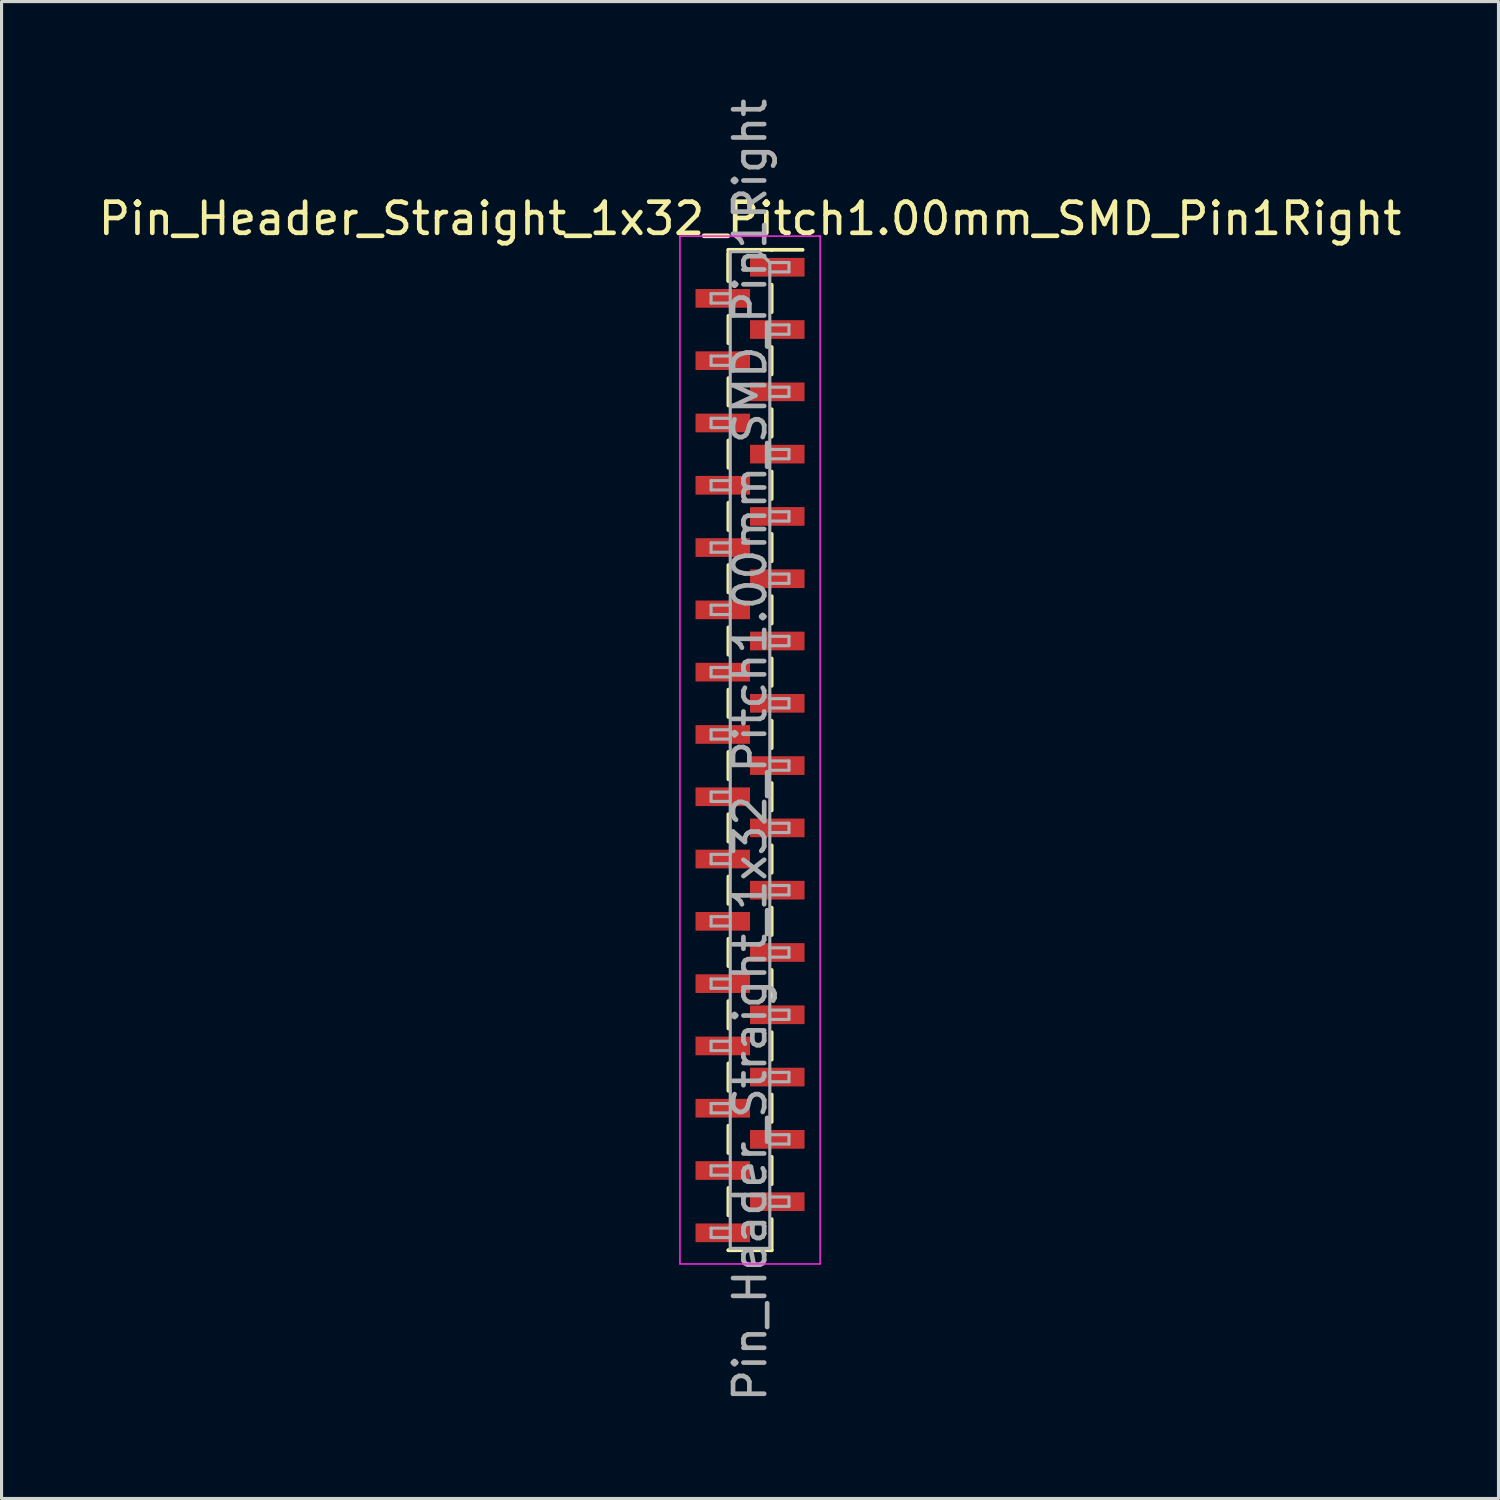
<source format=kicad_pcb>
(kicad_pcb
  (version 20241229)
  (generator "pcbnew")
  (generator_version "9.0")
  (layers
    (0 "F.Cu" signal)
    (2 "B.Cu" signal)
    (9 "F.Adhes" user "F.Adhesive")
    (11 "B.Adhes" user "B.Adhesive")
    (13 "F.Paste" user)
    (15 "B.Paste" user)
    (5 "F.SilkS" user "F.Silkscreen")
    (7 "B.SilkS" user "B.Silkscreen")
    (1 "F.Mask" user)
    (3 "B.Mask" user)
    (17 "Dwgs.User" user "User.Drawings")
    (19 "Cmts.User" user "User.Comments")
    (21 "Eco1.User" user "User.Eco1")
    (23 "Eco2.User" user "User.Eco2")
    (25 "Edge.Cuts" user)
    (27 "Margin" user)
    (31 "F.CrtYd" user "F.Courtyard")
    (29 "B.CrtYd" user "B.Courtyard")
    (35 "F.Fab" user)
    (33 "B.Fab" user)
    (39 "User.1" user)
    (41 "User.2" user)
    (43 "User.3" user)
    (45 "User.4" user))
  (footprint "Pin_Header_Straight_1x32_Pitch1.00mm_SMD_Pin1Right"
    (layer "F.Cu")
    (at 21.03 21.03)
    (property "Reference" "Pin_Header_Straight_1x32_Pitch1.00mm_SMD_Pin1Right" (at 0 -17.06 0) (layer "F.SilkS") (effects (font (size 1 1) (thickness 0.15))))
    (attr smd)
    (fp_line (start -0.695 -16.06) (end -0.695 -15.06) (stroke (width 0.12) (type solid)) (layer "F.SilkS"))
    (fp_line (start -0.695 -16.06) (end 0.695 -16.06) (stroke (width 0.12) (type solid)) (layer "F.SilkS"))
    (fp_line (start -0.695 -15.94) (end -0.695 -15.06) (stroke (width 0.12) (type solid)) (layer "F.SilkS"))
    (fp_line (start -0.695 -13.94) (end -0.695 -13.06) (stroke (width 0.12) (type solid)) (layer "F.SilkS"))
    (fp_line (start -0.695 -11.94) (end -0.695 -11.06) (stroke (width 0.12) (type solid)) (layer "F.SilkS"))
    (fp_line (start -0.695 -9.94) (end -0.695 -9.06) (stroke (width 0.12) (type solid)) (layer "F.SilkS"))
    (fp_line (start -0.695 -7.94) (end -0.695 -7.06) (stroke (width 0.12) (type solid)) (layer "F.SilkS"))
    (fp_line (start -0.695 -5.94) (end -0.695 -5.06) (stroke (width 0.12) (type solid)) (layer "F.SilkS"))
    (fp_line (start -0.695 -3.94) (end -0.695 -3.06) (stroke (width 0.12) (type solid)) (layer "F.SilkS"))
    (fp_line (start -0.695 -1.94) (end -0.695 -1.06) (stroke (width 0.12) (type solid)) (layer "F.SilkS"))
    (fp_line (start -0.695 0.06) (end -0.695 0.94) (stroke (width 0.12) (type solid)) (layer "F.SilkS"))
    (fp_line (start -0.695 2.06) (end -0.695 2.94) (stroke (width 0.12) (type solid)) (layer "F.SilkS"))
    (fp_line (start -0.695 4.06) (end -0.695 4.94) (stroke (width 0.12) (type solid)) (layer "F.SilkS"))
    (fp_line (start -0.695 6.06) (end -0.695 6.94) (stroke (width 0.12) (type solid)) (layer "F.SilkS"))
    (fp_line (start -0.695 8.06) (end -0.695 8.94) (stroke (width 0.12) (type solid)) (layer "F.SilkS"))
    (fp_line (start -0.695 10.06) (end -0.695 10.94) (stroke (width 0.12) (type solid)) (layer "F.SilkS"))
    (fp_line (start -0.695 12.06) (end -0.695 12.94) (stroke (width 0.12) (type solid)) (layer "F.SilkS"))
    (fp_line (start -0.695 14.06) (end -0.695 14.94) (stroke (width 0.12) (type solid)) (layer "F.SilkS"))
    (fp_line (start -0.695 16.06) (end -0.695 16.06) (stroke (width 0.12) (type solid)) (layer "F.SilkS"))
    (fp_line (start -0.695 16.06) (end 0.695 16.06) (stroke (width 0.12) (type solid)) (layer "F.SilkS"))
    (fp_line (start 0.695 -16.06) (end 0.695 -16.06) (stroke (width 0.12) (type solid)) (layer "F.SilkS"))
    (fp_line (start 0.695 -16.06) (end 1.69 -16.06) (stroke (width 0.12) (type solid)) (layer "F.SilkS"))
    (fp_line (start 0.695 -14.94) (end 0.695 -14.06) (stroke (width 0.12) (type solid)) (layer "F.SilkS"))
    (fp_line (start 0.695 -12.94) (end 0.695 -12.06) (stroke (width 0.12) (type solid)) (layer "F.SilkS"))
    (fp_line (start 0.695 -10.94) (end 0.695 -10.06) (stroke (width 0.12) (type solid)) (layer "F.SilkS"))
    (fp_line (start 0.695 -8.94) (end 0.695 -8.06) (stroke (width 0.12) (type solid)) (layer "F.SilkS"))
    (fp_line (start 0.695 -6.94) (end 0.695 -6.06) (stroke (width 0.12) (type solid)) (layer "F.SilkS"))
    (fp_line (start 0.695 -4.94) (end 0.695 -4.06) (stroke (width 0.12) (type solid)) (layer "F.SilkS"))
    (fp_line (start 0.695 -2.94) (end 0.695 -2.06) (stroke (width 0.12) (type solid)) (layer "F.SilkS"))
    (fp_line (start 0.695 -0.94) (end 0.695 -0.06) (stroke (width 0.12) (type solid)) (layer "F.SilkS"))
    (fp_line (start 0.695 1.06) (end 0.695 1.94) (stroke (width 0.12) (type solid)) (layer "F.SilkS"))
    (fp_line (start 0.695 3.06) (end 0.695 3.94) (stroke (width 0.12) (type solid)) (layer "F.SilkS"))
    (fp_line (start 0.695 5.06) (end 0.695 5.94) (stroke (width 0.12) (type solid)) (layer "F.SilkS"))
    (fp_line (start 0.695 7.06) (end 0.695 7.94) (stroke (width 0.12) (type solid)) (layer "F.SilkS"))
    (fp_line (start 0.695 9.06) (end 0.695 9.94) (stroke (width 0.12) (type solid)) (layer "F.SilkS"))
    (fp_line (start 0.695 11.06) (end 0.695 11.94) (stroke (width 0.12) (type solid)) (layer "F.SilkS"))
    (fp_line (start 0.695 13.06) (end 0.695 13.94) (stroke (width 0.12) (type solid)) (layer "F.SilkS"))
    (fp_line (start 0.695 15.06) (end 0.695 16.06) (stroke (width 0.12) (type solid)) (layer "F.SilkS"))
    (fp_line (start -2.25 -16.5) (end -2.25 16.5) (stroke (width 0.05) (type solid)) (layer "F.CrtYd"))
    (fp_line (start -2.25 16.5) (end 2.25 16.5) (stroke (width 0.05) (type solid)) (layer "F.CrtYd"))
    (fp_line (start 2.25 -16.5) (end -2.25 -16.5) (stroke (width 0.05) (type solid)) (layer "F.CrtYd"))
    (fp_line (start 2.25 16.5) (end 2.25 -16.5) (stroke (width 0.05) (type solid)) (layer "F.CrtYd"))
    (fp_line (start -1.25 -14.65) (end -1.25 -14.35) (stroke (width 0.1) (type solid)) (layer "F.Fab"))
    (fp_line (start -1.25 -14.35) (end -0.635 -14.35) (stroke (width 0.1) (type solid)) (layer "F.Fab"))
    (fp_line (start -1.25 -12.65) (end -1.25 -12.35) (stroke (width 0.1) (type solid)) (layer "F.Fab"))
    (fp_line (start -1.25 -12.35) (end -0.635 -12.35) (stroke (width 0.1) (type solid)) (layer "F.Fab"))
    (fp_line (start -1.25 -10.65) (end -1.25 -10.35) (stroke (width 0.1) (type solid)) (layer "F.Fab"))
    (fp_line (start -1.25 -10.35) (end -0.635 -10.35) (stroke (width 0.1) (type solid)) (layer "F.Fab"))
    (fp_line (start -1.25 -8.65) (end -1.25 -8.35) (stroke (width 0.1) (type solid)) (layer "F.Fab"))
    (fp_line (start -1.25 -8.35) (end -0.635 -8.35) (stroke (width 0.1) (type solid)) (layer "F.Fab"))
    (fp_line (start -1.25 -6.65) (end -1.25 -6.35) (stroke (width 0.1) (type solid)) (layer "F.Fab"))
    (fp_line (start -1.25 -6.35) (end -0.635 -6.35) (stroke (width 0.1) (type solid)) (layer "F.Fab"))
    (fp_line (start -1.25 -4.65) (end -1.25 -4.35) (stroke (width 0.1) (type solid)) (layer "F.Fab"))
    (fp_line (start -1.25 -4.35) (end -0.635 -4.35) (stroke (width 0.1) (type solid)) (layer "F.Fab"))
    (fp_line (start -1.25 -2.65) (end -1.25 -2.35) (stroke (width 0.1) (type solid)) (layer "F.Fab"))
    (fp_line (start -1.25 -2.35) (end -0.635 -2.35) (stroke (width 0.1) (type solid)) (layer "F.Fab"))
    (fp_line (start -1.25 -0.65) (end -1.25 -0.35) (stroke (width 0.1) (type solid)) (layer "F.Fab"))
    (fp_line (start -1.25 -0.35) (end -0.635 -0.35) (stroke (width 0.1) (type solid)) (layer "F.Fab"))
    (fp_line (start -1.25 1.35) (end -1.25 1.65) (stroke (width 0.1) (type solid)) (layer "F.Fab"))
    (fp_line (start -1.25 1.65) (end -0.635 1.65) (stroke (width 0.1) (type solid)) (layer "F.Fab"))
    (fp_line (start -1.25 3.35) (end -1.25 3.65) (stroke (width 0.1) (type solid)) (layer "F.Fab"))
    (fp_line (start -1.25 3.65) (end -0.635 3.65) (stroke (width 0.1) (type solid)) (layer "F.Fab"))
    (fp_line (start -1.25 5.35) (end -1.25 5.65) (stroke (width 0.1) (type solid)) (layer "F.Fab"))
    (fp_line (start -1.25 5.65) (end -0.635 5.65) (stroke (width 0.1) (type solid)) (layer "F.Fab"))
    (fp_line (start -1.25 7.35) (end -1.25 7.65) (stroke (width 0.1) (type solid)) (layer "F.Fab"))
    (fp_line (start -1.25 7.65) (end -0.635 7.65) (stroke (width 0.1) (type solid)) (layer "F.Fab"))
    (fp_line (start -1.25 9.35) (end -1.25 9.65) (stroke (width 0.1) (type solid)) (layer "F.Fab"))
    (fp_line (start -1.25 9.65) (end -0.635 9.65) (stroke (width 0.1) (type solid)) (layer "F.Fab"))
    (fp_line (start -1.25 11.35) (end -1.25 11.65) (stroke (width 0.1) (type solid)) (layer "F.Fab"))
    (fp_line (start -1.25 11.65) (end -0.635 11.65) (stroke (width 0.1) (type solid)) (layer "F.Fab"))
    (fp_line (start -1.25 13.35) (end -1.25 13.65) (stroke (width 0.1) (type solid)) (layer "F.Fab"))
    (fp_line (start -1.25 13.65) (end -0.635 13.65) (stroke (width 0.1) (type solid)) (layer "F.Fab"))
    (fp_line (start -1.25 15.35) (end -1.25 15.65) (stroke (width 0.1) (type solid)) (layer "F.Fab"))
    (fp_line (start -1.25 15.65) (end -0.635 15.65) (stroke (width 0.1) (type solid)) (layer "F.Fab"))
    (fp_line (start -0.635 -16) (end -0.635 16) (stroke (width 0.1) (type solid)) (layer "F.Fab"))
    (fp_line (start -0.635 -16) (end 0.285 -16) (stroke (width 0.1) (type solid)) (layer "F.Fab"))
    (fp_line (start -0.635 -14.65) (end -1.25 -14.65) (stroke (width 0.1) (type solid)) (layer "F.Fab"))
    (fp_line (start -0.635 -12.65) (end -1.25 -12.65) (stroke (width 0.1) (type solid)) (layer "F.Fab"))
    (fp_line (start -0.635 -10.65) (end -1.25 -10.65) (stroke (width 0.1) (type solid)) (layer "F.Fab"))
    (fp_line (start -0.635 -8.65) (end -1.25 -8.65) (stroke (width 0.1) (type solid)) (layer "F.Fab"))
    (fp_line (start -0.635 -6.65) (end -1.25 -6.65) (stroke (width 0.1) (type solid)) (layer "F.Fab"))
    (fp_line (start -0.635 -4.65) (end -1.25 -4.65) (stroke (width 0.1) (type solid)) (layer "F.Fab"))
    (fp_line (start -0.635 -2.65) (end -1.25 -2.65) (stroke (width 0.1) (type solid)) (layer "F.Fab"))
    (fp_line (start -0.635 -0.65) (end -1.25 -0.65) (stroke (width 0.1) (type solid)) (layer "F.Fab"))
    (fp_line (start -0.635 1.35) (end -1.25 1.35) (stroke (width 0.1) (type solid)) (layer "F.Fab"))
    (fp_line (start -0.635 3.35) (end -1.25 3.35) (stroke (width 0.1) (type solid)) (layer "F.Fab"))
    (fp_line (start -0.635 5.35) (end -1.25 5.35) (stroke (width 0.1) (type solid)) (layer "F.Fab"))
    (fp_line (start -0.635 7.35) (end -1.25 7.35) (stroke (width 0.1) (type solid)) (layer "F.Fab"))
    (fp_line (start -0.635 9.35) (end -1.25 9.35) (stroke (width 0.1) (type solid)) (layer "F.Fab"))
    (fp_line (start -0.635 11.35) (end -1.25 11.35) (stroke (width 0.1) (type solid)) (layer "F.Fab"))
    (fp_line (start -0.635 13.35) (end -1.25 13.35) (stroke (width 0.1) (type solid)) (layer "F.Fab"))
    (fp_line (start -0.635 15.35) (end -1.25 15.35) (stroke (width 0.1) (type solid)) (layer "F.Fab"))
    (fp_line (start 0.635 -15.65) (end 0.285 -16) (stroke (width 0.1) (type solid)) (layer "F.Fab"))
    (fp_line (start 0.635 -15.65) (end 1.25 -15.65) (stroke (width 0.1) (type solid)) (layer "F.Fab"))
    (fp_line (start 0.635 -13.65) (end 1.25 -13.65) (stroke (width 0.1) (type solid)) (layer "F.Fab"))
    (fp_line (start 0.635 -11.65) (end 1.25 -11.65) (stroke (width 0.1) (type solid)) (layer "F.Fab"))
    (fp_line (start 0.635 -9.65) (end 1.25 -9.65) (stroke (width 0.1) (type solid)) (layer "F.Fab"))
    (fp_line (start 0.635 -7.65) (end 1.25 -7.65) (stroke (width 0.1) (type solid)) (layer "F.Fab"))
    (fp_line (start 0.635 -5.65) (end 1.25 -5.65) (stroke (width 0.1) (type solid)) (layer "F.Fab"))
    (fp_line (start 0.635 -3.65) (end 1.25 -3.65) (stroke (width 0.1) (type solid)) (layer "F.Fab"))
    (fp_line (start 0.635 -1.65) (end 1.25 -1.65) (stroke (width 0.1) (type solid)) (layer "F.Fab"))
    (fp_line (start 0.635 0.35) (end 1.25 0.35) (stroke (width 0.1) (type solid)) (layer "F.Fab"))
    (fp_line (start 0.635 2.35) (end 1.25 2.35) (stroke (width 0.1) (type solid)) (layer "F.Fab"))
    (fp_line (start 0.635 4.35) (end 1.25 4.35) (stroke (width 0.1) (type solid)) (layer "F.Fab"))
    (fp_line (start 0.635 6.35) (end 1.25 6.35) (stroke (width 0.1) (type solid)) (layer "F.Fab"))
    (fp_line (start 0.635 8.35) (end 1.25 8.35) (stroke (width 0.1) (type solid)) (layer "F.Fab"))
    (fp_line (start 0.635 10.35) (end 1.25 10.35) (stroke (width 0.1) (type solid)) (layer "F.Fab"))
    (fp_line (start 0.635 12.35) (end 1.25 12.35) (stroke (width 0.1) (type solid)) (layer "F.Fab"))
    (fp_line (start 0.635 14.35) (end 1.25 14.35) (stroke (width 0.1) (type solid)) (layer "F.Fab"))
    (fp_line (start 0.635 16) (end -0.635 16) (stroke (width 0.1) (type solid)) (layer "F.Fab"))
    (fp_line (start 0.635 16) (end 0.635 -15.65) (stroke (width 0.1) (type solid)) (layer "F.Fab"))
    (fp_line (start 1.25 -15.65) (end 1.25 -15.35) (stroke (width 0.1) (type solid)) (layer "F.Fab"))
    (fp_line (start 1.25 -15.35) (end 0.635 -15.35) (stroke (width 0.1) (type solid)) (layer "F.Fab"))
    (fp_line (start 1.25 -13.65) (end 1.25 -13.35) (stroke (width 0.1) (type solid)) (layer "F.Fab"))
    (fp_line (start 1.25 -13.35) (end 0.635 -13.35) (stroke (width 0.1) (type solid)) (layer "F.Fab"))
    (fp_line (start 1.25 -11.65) (end 1.25 -11.35) (stroke (width 0.1) (type solid)) (layer "F.Fab"))
    (fp_line (start 1.25 -11.35) (end 0.635 -11.35) (stroke (width 0.1) (type solid)) (layer "F.Fab"))
    (fp_line (start 1.25 -9.65) (end 1.25 -9.35) (stroke (width 0.1) (type solid)) (layer "F.Fab"))
    (fp_line (start 1.25 -9.35) (end 0.635 -9.35) (stroke (width 0.1) (type solid)) (layer "F.Fab"))
    (fp_line (start 1.25 -7.65) (end 1.25 -7.35) (stroke (width 0.1) (type solid)) (layer "F.Fab"))
    (fp_line (start 1.25 -7.35) (end 0.635 -7.35) (stroke (width 0.1) (type solid)) (layer "F.Fab"))
    (fp_line (start 1.25 -5.65) (end 1.25 -5.35) (stroke (width 0.1) (type solid)) (layer "F.Fab"))
    (fp_line (start 1.25 -5.35) (end 0.635 -5.35) (stroke (width 0.1) (type solid)) (layer "F.Fab"))
    (fp_line (start 1.25 -3.65) (end 1.25 -3.35) (stroke (width 0.1) (type solid)) (layer "F.Fab"))
    (fp_line (start 1.25 -3.35) (end 0.635 -3.35) (stroke (width 0.1) (type solid)) (layer "F.Fab"))
    (fp_line (start 1.25 -1.65) (end 1.25 -1.35) (stroke (width 0.1) (type solid)) (layer "F.Fab"))
    (fp_line (start 1.25 -1.35) (end 0.635 -1.35) (stroke (width 0.1) (type solid)) (layer "F.Fab"))
    (fp_line (start 1.25 0.35) (end 1.25 0.65) (stroke (width 0.1) (type solid)) (layer "F.Fab"))
    (fp_line (start 1.25 0.65) (end 0.635 0.65) (stroke (width 0.1) (type solid)) (layer "F.Fab"))
    (fp_line (start 1.25 2.35) (end 1.25 2.65) (stroke (width 0.1) (type solid)) (layer "F.Fab"))
    (fp_line (start 1.25 2.65) (end 0.635 2.65) (stroke (width 0.1) (type solid)) (layer "F.Fab"))
    (fp_line (start 1.25 4.35) (end 1.25 4.65) (stroke (width 0.1) (type solid)) (layer "F.Fab"))
    (fp_line (start 1.25 4.65) (end 0.635 4.65) (stroke (width 0.1) (type solid)) (layer "F.Fab"))
    (fp_line (start 1.25 6.35) (end 1.25 6.65) (stroke (width 0.1) (type solid)) (layer "F.Fab"))
    (fp_line (start 1.25 6.65) (end 0.635 6.65) (stroke (width 0.1) (type solid)) (layer "F.Fab"))
    (fp_line (start 1.25 8.35) (end 1.25 8.65) (stroke (width 0.1) (type solid)) (layer "F.Fab"))
    (fp_line (start 1.25 8.65) (end 0.635 8.65) (stroke (width 0.1) (type solid)) (layer "F.Fab"))
    (fp_line (start 1.25 10.35) (end 1.25 10.65) (stroke (width 0.1) (type solid)) (layer "F.Fab"))
    (fp_line (start 1.25 10.65) (end 0.635 10.65) (stroke (width 0.1) (type solid)) (layer "F.Fab"))
    (fp_line (start 1.25 12.35) (end 1.25 12.65) (stroke (width 0.1) (type solid)) (layer "F.Fab"))
    (fp_line (start 1.25 12.65) (end 0.635 12.65) (stroke (width 0.1) (type solid)) (layer "F.Fab"))
    (fp_line (start 1.25 14.35) (end 1.25 14.65) (stroke (width 0.1) (type solid)) (layer "F.Fab"))
    (fp_line (start 1.25 14.65) (end 0.635 14.65) (stroke (width 0.1) (type solid)) (layer "F.Fab"))
    (fp_text user "${REFERENCE}" (at 0 0 90) (layer "F.Fab") (effects (font (size 1 1) (thickness 0.15))))
    (pad "1" smd rect (at 0.875 -15.5) (size 1.75 0.6) (layers "F.Cu" "F.Mask" "F.Paste"))
    (pad "2" smd rect (at -0.875 -14.5) (size 1.75 0.6) (layers "F.Cu" "F.Mask" "F.Paste"))
    (pad "3" smd rect (at 0.875 -13.5) (size 1.75 0.6) (layers "F.Cu" "F.Mask" "F.Paste"))
    (pad "4" smd rect (at -0.875 -12.5) (size 1.75 0.6) (layers "F.Cu" "F.Mask" "F.Paste"))
    (pad "5" smd rect (at 0.875 -11.5) (size 1.75 0.6) (layers "F.Cu" "F.Mask" "F.Paste"))
    (pad "6" smd rect (at -0.875 -10.5) (size 1.75 0.6) (layers "F.Cu" "F.Mask" "F.Paste"))
    (pad "7" smd rect (at 0.875 -9.5) (size 1.75 0.6) (layers "F.Cu" "F.Mask" "F.Paste"))
    (pad "8" smd rect (at -0.875 -8.5) (size 1.75 0.6) (layers "F.Cu" "F.Mask" "F.Paste"))
    (pad "9" smd rect (at 0.875 -7.5) (size 1.75 0.6) (layers "F.Cu" "F.Mask" "F.Paste"))
    (pad "10" smd rect (at -0.875 -6.5) (size 1.75 0.6) (layers "F.Cu" "F.Mask" "F.Paste"))
    (pad "11" smd rect (at 0.875 -5.5) (size 1.75 0.6) (layers "F.Cu" "F.Mask" "F.Paste"))
    (pad "12" smd rect (at -0.875 -4.5) (size 1.75 0.6) (layers "F.Cu" "F.Mask" "F.Paste"))
    (pad "13" smd rect (at 0.875 -3.5) (size 1.75 0.6) (layers "F.Cu" "F.Mask" "F.Paste"))
    (pad "14" smd rect (at -0.875 -2.5) (size 1.75 0.6) (layers "F.Cu" "F.Mask" "F.Paste"))
    (pad "15" smd rect (at 0.875 -1.5) (size 1.75 0.6) (layers "F.Cu" "F.Mask" "F.Paste"))
    (pad "16" smd rect (at -0.875 -0.5) (size 1.75 0.6) (layers "F.Cu" "F.Mask" "F.Paste"))
    (pad "17" smd rect (at 0.875 0.5) (size 1.75 0.6) (layers "F.Cu" "F.Mask" "F.Paste"))
    (pad "18" smd rect (at -0.875 1.5) (size 1.75 0.6) (layers "F.Cu" "F.Mask" "F.Paste"))
    (pad "19" smd rect (at 0.875 2.5) (size 1.75 0.6) (layers "F.Cu" "F.Mask" "F.Paste"))
    (pad "20" smd rect (at -0.875 3.5) (size 1.75 0.6) (layers "F.Cu" "F.Mask" "F.Paste"))
    (pad "21" smd rect (at 0.875 4.5) (size 1.75 0.6) (layers "F.Cu" "F.Mask" "F.Paste"))
    (pad "22" smd rect (at -0.875 5.5) (size 1.75 0.6) (layers "F.Cu" "F.Mask" "F.Paste"))
    (pad "23" smd rect (at 0.875 6.5) (size 1.75 0.6) (layers "F.Cu" "F.Mask" "F.Paste"))
    (pad "24" smd rect (at -0.875 7.5) (size 1.75 0.6) (layers "F.Cu" "F.Mask" "F.Paste"))
    (pad "25" smd rect (at 0.875 8.5) (size 1.75 0.6) (layers "F.Cu" "F.Mask" "F.Paste"))
    (pad "26" smd rect (at -0.875 9.5) (size 1.75 0.6) (layers "F.Cu" "F.Mask" "F.Paste"))
    (pad "27" smd rect (at 0.875 10.5) (size 1.75 0.6) (layers "F.Cu" "F.Mask" "F.Paste"))
    (pad "28" smd rect (at -0.875 11.5) (size 1.75 0.6) (layers "F.Cu" "F.Mask" "F.Paste"))
    (pad "29" smd rect (at 0.875 12.5) (size 1.75 0.6) (layers "F.Cu" "F.Mask" "F.Paste"))
    (pad "30" smd rect (at -0.875 13.5) (size 1.75 0.6) (layers "F.Cu" "F.Mask" "F.Paste"))
    (pad "31" smd rect (at 0.875 14.5) (size 1.75 0.6) (layers "F.Cu" "F.Mask" "F.Paste"))
    (pad "32" smd rect (at -0.875 15.5) (size 1.75 0.6) (layers "F.Cu" "F.Mask" "F.Paste")))
  (gr_rect
    (start -3 -3)
    (end 45.06 45.06)
    (stroke (width 0.1) (type default))
    (fill no)
    (layer "Edge.Cuts")))
</source>
